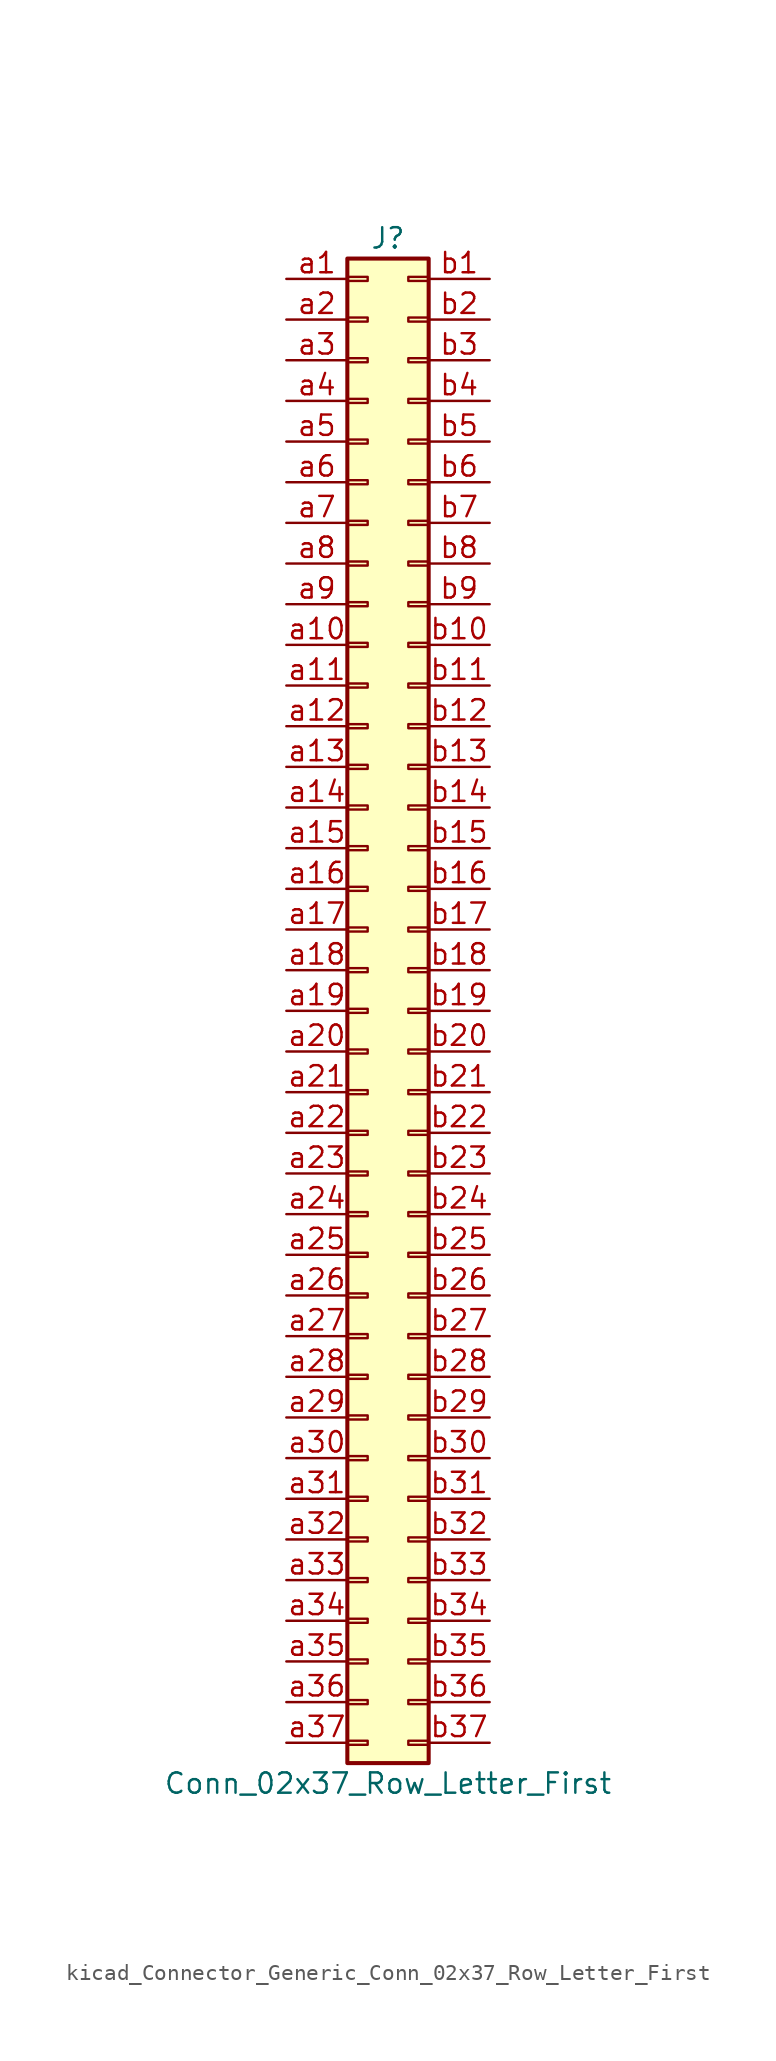
<source format=kicad_sym>
(kicad_symbol_lib
  (version 20220914)
  (generator kicad_symbol_editor)
  (symbol "kicad_Connector_Generic_Conn_02x37_Row_Letter_First"
    (pin_names
      (offset 1.016) hide)
    (property "Reference" "J"
      (at 1.27 48.26 0)
      (effects (font (size 1.27 1.27))))
    (property "Value" "Conn_02x37_Row_Letter_First"
      (at 1.27 -48.26 0)
      (effects (font (size 1.27 1.27))))
    (symbol "kicad_Connector_Generic_Conn_02x37_Row_Letter_First_1_1"
      (rectangle (start -1.27 -45.593) (end 0 -45.847) (stroke (width 0.152) (type default)) (fill (type none)))
      (rectangle (start -1.27 -43.053) (end 0 -43.307) (stroke (width 0.152) (type default)) (fill (type none)))
      (rectangle (start -1.27 -40.513) (end 0 -40.767) (stroke (width 0.152) (type default)) (fill (type none)))
      (rectangle (start -1.27 -37.973) (end 0 -38.227) (stroke (width 0.152) (type default)) (fill (type none)))
      (rectangle (start -1.27 -35.433) (end 0 -35.687) (stroke (width 0.152) (type default)) (fill (type none)))
      (rectangle (start -1.27 -32.893) (end 0 -33.147) (stroke (width 0.152) (type default)) (fill (type none)))
      (rectangle (start -1.27 -30.353) (end 0 -30.607) (stroke (width 0.152) (type default)) (fill (type none)))
      (rectangle (start -1.27 -27.813) (end 0 -28.067) (stroke (width 0.152) (type default)) (fill (type none)))
      (rectangle (start -1.27 -25.273) (end 0 -25.527) (stroke (width 0.152) (type default)) (fill (type none)))
      (rectangle (start -1.27 -22.733) (end 0 -22.987) (stroke (width 0.152) (type default)) (fill (type none)))
      (rectangle (start -1.27 -20.193) (end 0 -20.447) (stroke (width 0.152) (type default)) (fill (type none)))
      (rectangle (start -1.27 -17.653) (end 0 -17.907) (stroke (width 0.152) (type default)) (fill (type none)))
      (rectangle (start -1.27 -15.113) (end 0 -15.367) (stroke (width 0.152) (type default)) (fill (type none)))
      (rectangle (start -1.27 -12.573) (end 0 -12.827) (stroke (width 0.152) (type default)) (fill (type none)))
      (rectangle (start -1.27 -10.033) (end 0 -10.287) (stroke (width 0.152) (type default)) (fill (type none)))
      (rectangle (start -1.27 -7.493) (end 0 -7.747) (stroke (width 0.152) (type default)) (fill (type none)))
      (rectangle (start -1.27 -4.953) (end 0 -5.207) (stroke (width 0.152) (type default)) (fill (type none)))
      (rectangle (start -1.27 -2.413) (end 0 -2.667) (stroke (width 0.152) (type default)) (fill (type none)))
      (rectangle (start -1.27 0.127) (end 0 -0.127) (stroke (width 0.152) (type default)) (fill (type none)))
      (rectangle (start -1.27 2.667) (end 0 2.413) (stroke (width 0.152) (type default)) (fill (type none)))
      (rectangle (start -1.27 5.207) (end 0 4.953) (stroke (width 0.152) (type default)) (fill (type none)))
      (rectangle (start -1.27 7.747) (end 0 7.493) (stroke (width 0.152) (type default)) (fill (type none)))
      (rectangle (start -1.27 10.287) (end 0 10.033) (stroke (width 0.152) (type default)) (fill (type none)))
      (rectangle (start -1.27 12.827) (end 0 12.573) (stroke (width 0.152) (type default)) (fill (type none)))
      (rectangle (start -1.27 15.367) (end 0 15.113) (stroke (width 0.152) (type default)) (fill (type none)))
      (rectangle (start -1.27 17.907) (end 0 17.653) (stroke (width 0.152) (type default)) (fill (type none)))
      (rectangle (start -1.27 20.447) (end 0 20.193) (stroke (width 0.152) (type default)) (fill (type none)))
      (rectangle (start -1.27 22.987) (end 0 22.733) (stroke (width 0.152) (type default)) (fill (type none)))
      (rectangle (start -1.27 25.527) (end 0 25.273) (stroke (width 0.152) (type default)) (fill (type none)))
      (rectangle (start -1.27 28.067) (end 0 27.813) (stroke (width 0.152) (type default)) (fill (type none)))
      (rectangle (start -1.27 30.607) (end 0 30.353) (stroke (width 0.152) (type default)) (fill (type none)))
      (rectangle (start -1.27 33.147) (end 0 32.893) (stroke (width 0.152) (type default)) (fill (type none)))
      (rectangle (start -1.27 35.687) (end 0 35.433) (stroke (width 0.152) (type default)) (fill (type none)))
      (rectangle (start -1.27 38.227) (end 0 37.973) (stroke (width 0.152) (type default)) (fill (type none)))
      (rectangle (start -1.27 40.767) (end 0 40.513) (stroke (width 0.152) (type default)) (fill (type none)))
      (rectangle (start -1.27 43.307) (end 0 43.053) (stroke (width 0.152) (type default)) (fill (type none)))
      (rectangle (start -1.27 45.847) (end 0 45.593) (stroke (width 0.152) (type default)) (fill (type none)))
      (rectangle (start -1.27 46.99) (end 3.81 -46.99) (stroke (width 0.254) (type default)) (fill (type background)))
      (rectangle (start 3.81 -45.593) (end 2.54 -45.847) (stroke (width 0.152) (type default)) (fill (type none)))
      (rectangle (start 3.81 -43.053) (end 2.54 -43.307) (stroke (width 0.152) (type default)) (fill (type none)))
      (rectangle (start 3.81 -40.513) (end 2.54 -40.767) (stroke (width 0.152) (type default)) (fill (type none)))
      (rectangle (start 3.81 -37.973) (end 2.54 -38.227) (stroke (width 0.152) (type default)) (fill (type none)))
      (rectangle (start 3.81 -35.433) (end 2.54 -35.687) (stroke (width 0.152) (type default)) (fill (type none)))
      (rectangle (start 3.81 -32.893) (end 2.54 -33.147) (stroke (width 0.152) (type default)) (fill (type none)))
      (rectangle (start 3.81 -30.353) (end 2.54 -30.607) (stroke (width 0.152) (type default)) (fill (type none)))
      (rectangle (start 3.81 -27.813) (end 2.54 -28.067) (stroke (width 0.152) (type default)) (fill (type none)))
      (rectangle (start 3.81 -25.273) (end 2.54 -25.527) (stroke (width 0.152) (type default)) (fill (type none)))
      (rectangle (start 3.81 -22.733) (end 2.54 -22.987) (stroke (width 0.152) (type default)) (fill (type none)))
      (rectangle (start 3.81 -20.193) (end 2.54 -20.447) (stroke (width 0.152) (type default)) (fill (type none)))
      (rectangle (start 3.81 -17.653) (end 2.54 -17.907) (stroke (width 0.152) (type default)) (fill (type none)))
      (rectangle (start 3.81 -15.113) (end 2.54 -15.367) (stroke (width 0.152) (type default)) (fill (type none)))
      (rectangle (start 3.81 -12.573) (end 2.54 -12.827) (stroke (width 0.152) (type default)) (fill (type none)))
      (rectangle (start 3.81 -10.033) (end 2.54 -10.287) (stroke (width 0.152) (type default)) (fill (type none)))
      (rectangle (start 3.81 -7.493) (end 2.54 -7.747) (stroke (width 0.152) (type default)) (fill (type none)))
      (rectangle (start 3.81 -4.953) (end 2.54 -5.207) (stroke (width 0.152) (type default)) (fill (type none)))
      (rectangle (start 3.81 -2.413) (end 2.54 -2.667) (stroke (width 0.152) (type default)) (fill (type none)))
      (rectangle (start 3.81 0.127) (end 2.54 -0.127) (stroke (width 0.152) (type default)) (fill (type none)))
      (rectangle (start 3.81 2.667) (end 2.54 2.413) (stroke (width 0.152) (type default)) (fill (type none)))
      (rectangle (start 3.81 5.207) (end 2.54 4.953) (stroke (width 0.152) (type default)) (fill (type none)))
      (rectangle (start 3.81 7.747) (end 2.54 7.493) (stroke (width 0.152) (type default)) (fill (type none)))
      (rectangle (start 3.81 10.287) (end 2.54 10.033) (stroke (width 0.152) (type default)) (fill (type none)))
      (rectangle (start 3.81 12.827) (end 2.54 12.573) (stroke (width 0.152) (type default)) (fill (type none)))
      (rectangle (start 3.81 15.367) (end 2.54 15.113) (stroke (width 0.152) (type default)) (fill (type none)))
      (rectangle (start 3.81 17.907) (end 2.54 17.653) (stroke (width 0.152) (type default)) (fill (type none)))
      (rectangle (start 3.81 20.447) (end 2.54 20.193) (stroke (width 0.152) (type default)) (fill (type none)))
      (rectangle (start 3.81 22.987) (end 2.54 22.733) (stroke (width 0.152) (type default)) (fill (type none)))
      (rectangle (start 3.81 25.527) (end 2.54 25.273) (stroke (width 0.152) (type default)) (fill (type none)))
      (rectangle (start 3.81 28.067) (end 2.54 27.813) (stroke (width 0.152) (type default)) (fill (type none)))
      (rectangle (start 3.81 30.607) (end 2.54 30.353) (stroke (width 0.152) (type default)) (fill (type none)))
      (rectangle (start 3.81 33.147) (end 2.54 32.893) (stroke (width 0.152) (type default)) (fill (type none)))
      (rectangle (start 3.81 35.687) (end 2.54 35.433) (stroke (width 0.152) (type default)) (fill (type none)))
      (rectangle (start 3.81 38.227) (end 2.54 37.973) (stroke (width 0.152) (type default)) (fill (type none)))
      (rectangle (start 3.81 40.767) (end 2.54 40.513) (stroke (width 0.152) (type default)) (fill (type none)))
      (rectangle (start 3.81 43.307) (end 2.54 43.053) (stroke (width 0.152) (type default)) (fill (type none)))
      (rectangle (start 3.81 45.847) (end 2.54 45.593) (stroke (width 0.152) (type default)) (fill (type none)))
      (pin passive line (at -5.08 45.72 0) (length 3.81) (name "Pin_a1" (effects (font (size 1.27 1.27)))) (number "a1" (effects (font (size 1.27 1.27)))))
      (pin passive line (at -5.08 22.86 0) (length 3.81) (name "Pin_a10" (effects (font (size 1.27 1.27)))) (number "a10" (effects (font (size 1.27 1.27)))))
      (pin passive line (at -5.08 20.32 0) (length 3.81) (name "Pin_a11" (effects (font (size 1.27 1.27)))) (number "a11" (effects (font (size 1.27 1.27)))))
      (pin passive line (at -5.08 17.78 0) (length 3.81) (name "Pin_a12" (effects (font (size 1.27 1.27)))) (number "a12" (effects (font (size 1.27 1.27)))))
      (pin passive line (at -5.08 15.24 0) (length 3.81) (name "Pin_a13" (effects (font (size 1.27 1.27)))) (number "a13" (effects (font (size 1.27 1.27)))))
      (pin passive line (at -5.08 12.7 0) (length 3.81) (name "Pin_a14" (effects (font (size 1.27 1.27)))) (number "a14" (effects (font (size 1.27 1.27)))))
      (pin passive line (at -5.08 10.16 0) (length 3.81) (name "Pin_a15" (effects (font (size 1.27 1.27)))) (number "a15" (effects (font (size 1.27 1.27)))))
      (pin passive line (at -5.08 7.62 0) (length 3.81) (name "Pin_a16" (effects (font (size 1.27 1.27)))) (number "a16" (effects (font (size 1.27 1.27)))))
      (pin passive line (at -5.08 5.08 0) (length 3.81) (name "Pin_a17" (effects (font (size 1.27 1.27)))) (number "a17" (effects (font (size 1.27 1.27)))))
      (pin passive line (at -5.08 2.54 0) (length 3.81) (name "Pin_a18" (effects (font (size 1.27 1.27)))) (number "a18" (effects (font (size 1.27 1.27)))))
      (pin passive line (at -5.08 0 0) (length 3.81) (name "Pin_a19" (effects (font (size 1.27 1.27)))) (number "a19" (effects (font (size 1.27 1.27)))))
      (pin passive line (at -5.08 43.18 0) (length 3.81) (name "Pin_a2" (effects (font (size 1.27 1.27)))) (number "a2" (effects (font (size 1.27 1.27)))))
      (pin passive line (at -5.08 -2.54 0) (length 3.81) (name "Pin_a20" (effects (font (size 1.27 1.27)))) (number "a20" (effects (font (size 1.27 1.27)))))
      (pin passive line (at -5.08 -5.08 0) (length 3.81) (name "Pin_a21" (effects (font (size 1.27 1.27)))) (number "a21" (effects (font (size 1.27 1.27)))))
      (pin passive line (at -5.08 -7.62 0) (length 3.81) (name "Pin_a22" (effects (font (size 1.27 1.27)))) (number "a22" (effects (font (size 1.27 1.27)))))
      (pin passive line (at -5.08 -10.16 0) (length 3.81) (name "Pin_a23" (effects (font (size 1.27 1.27)))) (number "a23" (effects (font (size 1.27 1.27)))))
      (pin passive line (at -5.08 -12.7 0) (length 3.81) (name "Pin_a24" (effects (font (size 1.27 1.27)))) (number "a24" (effects (font (size 1.27 1.27)))))
      (pin passive line (at -5.08 -15.24 0) (length 3.81) (name "Pin_a25" (effects (font (size 1.27 1.27)))) (number "a25" (effects (font (size 1.27 1.27)))))
      (pin passive line (at -5.08 -17.78 0) (length 3.81) (name "Pin_a26" (effects (font (size 1.27 1.27)))) (number "a26" (effects (font (size 1.27 1.27)))))
      (pin passive line (at -5.08 -20.32 0) (length 3.81) (name "Pin_a27" (effects (font (size 1.27 1.27)))) (number "a27" (effects (font (size 1.27 1.27)))))
      (pin passive line (at -5.08 -22.86 0) (length 3.81) (name "Pin_a28" (effects (font (size 1.27 1.27)))) (number "a28" (effects (font (size 1.27 1.27)))))
      (pin passive line (at -5.08 -25.4 0) (length 3.81) (name "Pin_a29" (effects (font (size 1.27 1.27)))) (number "a29" (effects (font (size 1.27 1.27)))))
      (pin passive line (at -5.08 40.64 0) (length 3.81) (name "Pin_a3" (effects (font (size 1.27 1.27)))) (number "a3" (effects (font (size 1.27 1.27)))))
      (pin passive line (at -5.08 -27.94 0) (length 3.81) (name "Pin_a30" (effects (font (size 1.27 1.27)))) (number "a30" (effects (font (size 1.27 1.27)))))
      (pin passive line (at -5.08 -30.48 0) (length 3.81) (name "Pin_a31" (effects (font (size 1.27 1.27)))) (number "a31" (effects (font (size 1.27 1.27)))))
      (pin passive line (at -5.08 -33.02 0) (length 3.81) (name "Pin_a32" (effects (font (size 1.27 1.27)))) (number "a32" (effects (font (size 1.27 1.27)))))
      (pin passive line (at -5.08 -35.56 0) (length 3.81) (name "Pin_a33" (effects (font (size 1.27 1.27)))) (number "a33" (effects (font (size 1.27 1.27)))))
      (pin passive line (at -5.08 -38.1 0) (length 3.81) (name "Pin_a34" (effects (font (size 1.27 1.27)))) (number "a34" (effects (font (size 1.27 1.27)))))
      (pin passive line (at -5.08 -40.64 0) (length 3.81) (name "Pin_a35" (effects (font (size 1.27 1.27)))) (number "a35" (effects (font (size 1.27 1.27)))))
      (pin passive line (at -5.08 -43.18 0) (length 3.81) (name "Pin_a36" (effects (font (size 1.27 1.27)))) (number "a36" (effects (font (size 1.27 1.27)))))
      (pin passive line (at -5.08 -45.72 0) (length 3.81) (name "Pin_a37" (effects (font (size 1.27 1.27)))) (number "a37" (effects (font (size 1.27 1.27)))))
      (pin passive line (at -5.08 38.1 0) (length 3.81) (name "Pin_a4" (effects (font (size 1.27 1.27)))) (number "a4" (effects (font (size 1.27 1.27)))))
      (pin passive line (at -5.08 35.56 0) (length 3.81) (name "Pin_a5" (effects (font (size 1.27 1.27)))) (number "a5" (effects (font (size 1.27 1.27)))))
      (pin passive line (at -5.08 33.02 0) (length 3.81) (name "Pin_a6" (effects (font (size 1.27 1.27)))) (number "a6" (effects (font (size 1.27 1.27)))))
      (pin passive line (at -5.08 30.48 0) (length 3.81) (name "Pin_a7" (effects (font (size 1.27 1.27)))) (number "a7" (effects (font (size 1.27 1.27)))))
      (pin passive line (at -5.08 27.94 0) (length 3.81) (name "Pin_a8" (effects (font (size 1.27 1.27)))) (number "a8" (effects (font (size 1.27 1.27)))))
      (pin passive line (at -5.08 25.4 0) (length 3.81) (name "Pin_a9" (effects (font (size 1.27 1.27)))) (number "a9" (effects (font (size 1.27 1.27)))))
      (pin passive line (at 7.62 45.72 180) (length 3.81) (name "Pin_b1" (effects (font (size 1.27 1.27)))) (number "b1" (effects (font (size 1.27 1.27)))))
      (pin passive line (at 7.62 22.86 180) (length 3.81) (name "Pin_b10" (effects (font (size 1.27 1.27)))) (number "b10" (effects (font (size 1.27 1.27)))))
      (pin passive line (at 7.62 20.32 180) (length 3.81) (name "Pin_b11" (effects (font (size 1.27 1.27)))) (number "b11" (effects (font (size 1.27 1.27)))))
      (pin passive line (at 7.62 17.78 180) (length 3.81) (name "Pin_b12" (effects (font (size 1.27 1.27)))) (number "b12" (effects (font (size 1.27 1.27)))))
      (pin passive line (at 7.62 15.24 180) (length 3.81) (name "Pin_b13" (effects (font (size 1.27 1.27)))) (number "b13" (effects (font (size 1.27 1.27)))))
      (pin passive line (at 7.62 12.7 180) (length 3.81) (name "Pin_b14" (effects (font (size 1.27 1.27)))) (number "b14" (effects (font (size 1.27 1.27)))))
      (pin passive line (at 7.62 10.16 180) (length 3.81) (name "Pin_b15" (effects (font (size 1.27 1.27)))) (number "b15" (effects (font (size 1.27 1.27)))))
      (pin passive line (at 7.62 7.62 180) (length 3.81) (name "Pin_b16" (effects (font (size 1.27 1.27)))) (number "b16" (effects (font (size 1.27 1.27)))))
      (pin passive line (at 7.62 5.08 180) (length 3.81) (name "Pin_b17" (effects (font (size 1.27 1.27)))) (number "b17" (effects (font (size 1.27 1.27)))))
      (pin passive line (at 7.62 2.54 180) (length 3.81) (name "Pin_b18" (effects (font (size 1.27 1.27)))) (number "b18" (effects (font (size 1.27 1.27)))))
      (pin passive line (at 7.62 0 180) (length 3.81) (name "Pin_b19" (effects (font (size 1.27 1.27)))) (number "b19" (effects (font (size 1.27 1.27)))))
      (pin passive line (at 7.62 43.18 180) (length 3.81) (name "Pin_b2" (effects (font (size 1.27 1.27)))) (number "b2" (effects (font (size 1.27 1.27)))))
      (pin passive line (at 7.62 -2.54 180) (length 3.81) (name "Pin_b20" (effects (font (size 1.27 1.27)))) (number "b20" (effects (font (size 1.27 1.27)))))
      (pin passive line (at 7.62 -5.08 180) (length 3.81) (name "Pin_b21" (effects (font (size 1.27 1.27)))) (number "b21" (effects (font (size 1.27 1.27)))))
      (pin passive line (at 7.62 -7.62 180) (length 3.81) (name "Pin_b22" (effects (font (size 1.27 1.27)))) (number "b22" (effects (font (size 1.27 1.27)))))
      (pin passive line (at 7.62 -10.16 180) (length 3.81) (name "Pin_b23" (effects (font (size 1.27 1.27)))) (number "b23" (effects (font (size 1.27 1.27)))))
      (pin passive line (at 7.62 -12.7 180) (length 3.81) (name "Pin_b24" (effects (font (size 1.27 1.27)))) (number "b24" (effects (font (size 1.27 1.27)))))
      (pin passive line (at 7.62 -15.24 180) (length 3.81) (name "Pin_b25" (effects (font (size 1.27 1.27)))) (number "b25" (effects (font (size 1.27 1.27)))))
      (pin passive line (at 7.62 -17.78 180) (length 3.81) (name "Pin_b26" (effects (font (size 1.27 1.27)))) (number "b26" (effects (font (size 1.27 1.27)))))
      (pin passive line (at 7.62 -20.32 180) (length 3.81) (name "Pin_b27" (effects (font (size 1.27 1.27)))) (number "b27" (effects (font (size 1.27 1.27)))))
      (pin passive line (at 7.62 -22.86 180) (length 3.81) (name "Pin_b28" (effects (font (size 1.27 1.27)))) (number "b28" (effects (font (size 1.27 1.27)))))
      (pin passive line (at 7.62 -25.4 180) (length 3.81) (name "Pin_b29" (effects (font (size 1.27 1.27)))) (number "b29" (effects (font (size 1.27 1.27)))))
      (pin passive line (at 7.62 40.64 180) (length 3.81) (name "Pin_b3" (effects (font (size 1.27 1.27)))) (number "b3" (effects (font (size 1.27 1.27)))))
      (pin passive line (at 7.62 -27.94 180) (length 3.81) (name "Pin_b30" (effects (font (size 1.27 1.27)))) (number "b30" (effects (font (size 1.27 1.27)))))
      (pin passive line (at 7.62 -30.48 180) (length 3.81) (name "Pin_b31" (effects (font (size 1.27 1.27)))) (number "b31" (effects (font (size 1.27 1.27)))))
      (pin passive line (at 7.62 -33.02 180) (length 3.81) (name "Pin_b32" (effects (font (size 1.27 1.27)))) (number "b32" (effects (font (size 1.27 1.27)))))
      (pin passive line (at 7.62 -35.56 180) (length 3.81) (name "Pin_b33" (effects (font (size 1.27 1.27)))) (number "b33" (effects (font (size 1.27 1.27)))))
      (pin passive line (at 7.62 -38.1 180) (length 3.81) (name "Pin_b34" (effects (font (size 1.27 1.27)))) (number "b34" (effects (font (size 1.27 1.27)))))
      (pin passive line (at 7.62 -40.64 180) (length 3.81) (name "Pin_b35" (effects (font (size 1.27 1.27)))) (number "b35" (effects (font (size 1.27 1.27)))))
      (pin passive line (at 7.62 -43.18 180) (length 3.81) (name "Pin_b36" (effects (font (size 1.27 1.27)))) (number "b36" (effects (font (size 1.27 1.27)))))
      (pin passive line (at 7.62 -45.72 180) (length 3.81) (name "Pin_b37" (effects (font (size 1.27 1.27)))) (number "b37" (effects (font (size 1.27 1.27)))))
      (pin passive line (at 7.62 38.1 180) (length 3.81) (name "Pin_b4" (effects (font (size 1.27 1.27)))) (number "b4" (effects (font (size 1.27 1.27)))))
      (pin passive line (at 7.62 35.56 180) (length 3.81) (name "Pin_b5" (effects (font (size 1.27 1.27)))) (number "b5" (effects (font (size 1.27 1.27)))))
      (pin passive line (at 7.62 33.02 180) (length 3.81) (name "Pin_b6" (effects (font (size 1.27 1.27)))) (number "b6" (effects (font (size 1.27 1.27)))))
      (pin passive line (at 7.62 30.48 180) (length 3.81) (name "Pin_b7" (effects (font (size 1.27 1.27)))) (number "b7" (effects (font (size 1.27 1.27)))))
      (pin passive line (at 7.62 27.94 180) (length 3.81) (name "Pin_b8" (effects (font (size 1.27 1.27)))) (number "b8" (effects (font (size 1.27 1.27)))))
      (pin passive line (at 7.62 25.4 180) (length 3.81) (name "Pin_b9" (effects (font (size 1.27 1.27)))) (number "b9" (effects (font (size 1.27 1.27))))))))
</source>
